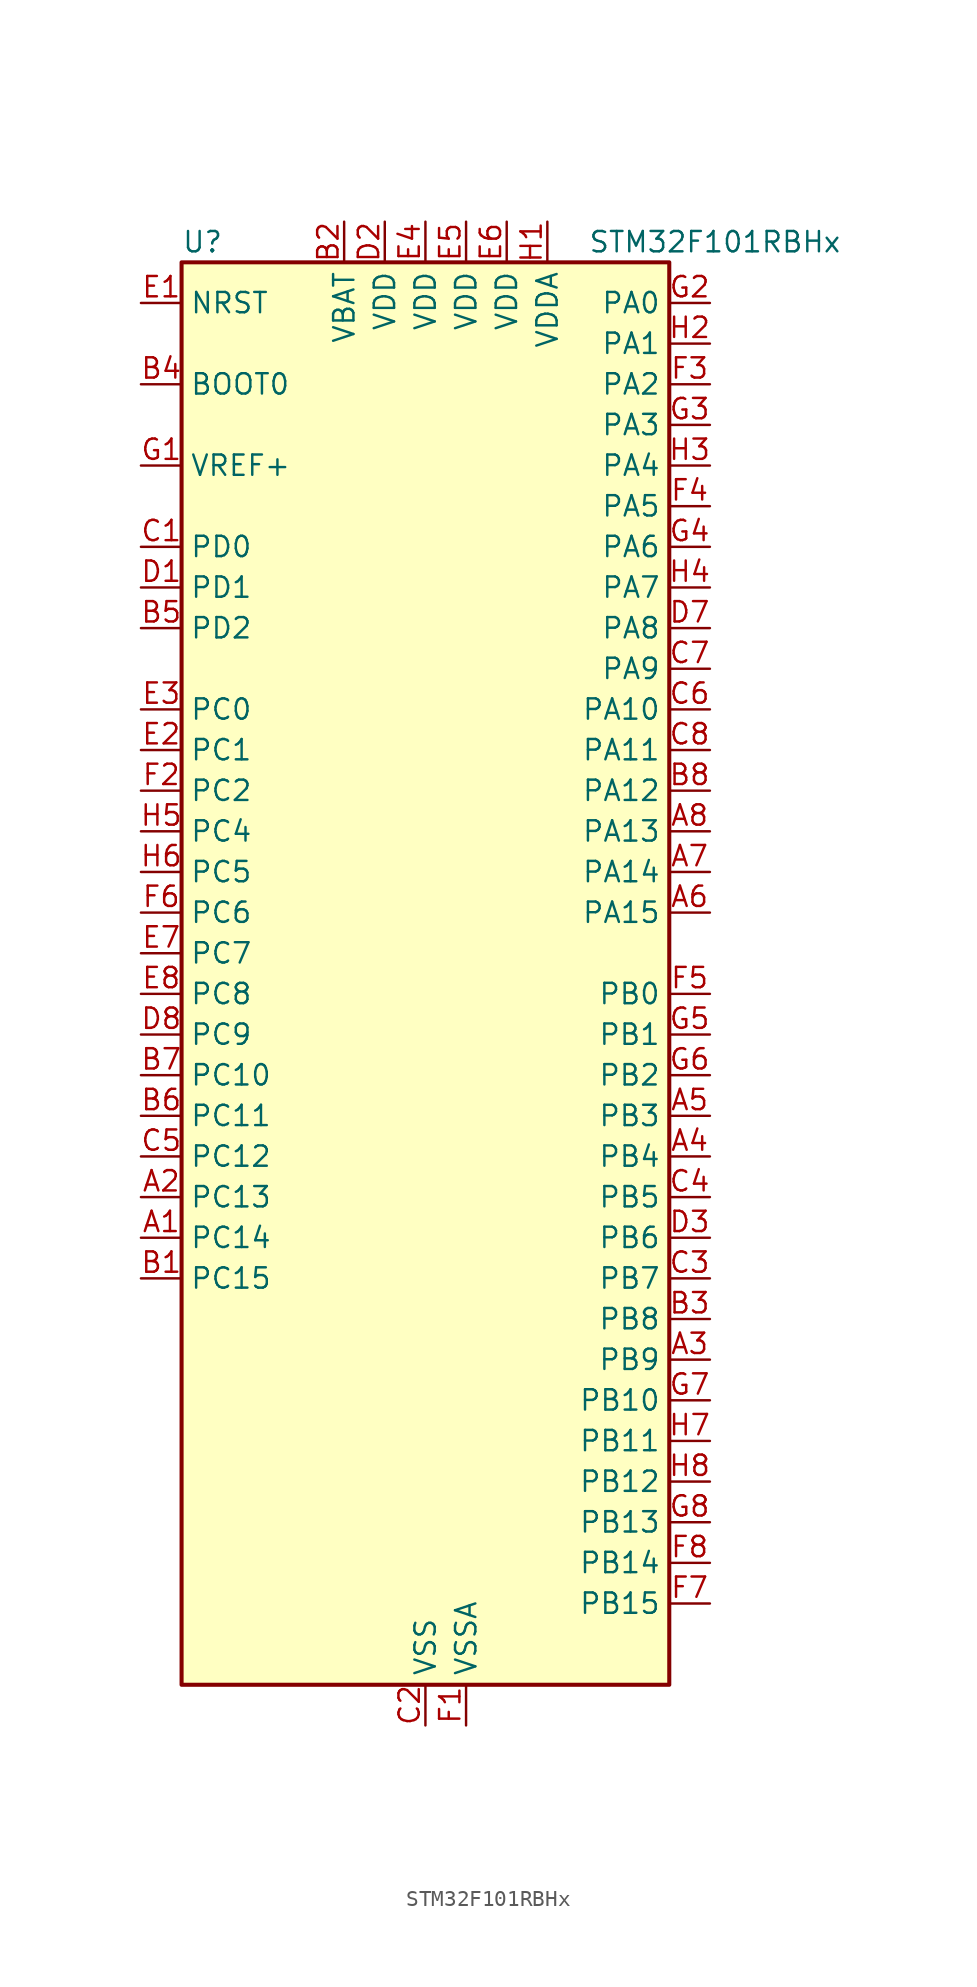
<source format=kicad_sym>
(kicad_symbol_lib
  (version 20220914)
  (generator kicad_symbol_editor)
  (symbol "STM32F101RBHx"
    (property "Reference" "U"
      (at -15.24 46.99 0)
      (effects (font (size 1.27 1.27)) (justify left)))
    (property "Value" "STM32F101RBHx"
      (at 10.16 46.99 0)
      (effects (font (size 1.27 1.27)) (justify left)))
    (property "ki_locked" ""
      (at 0 0 0)
      (effects (font (size 1.27 1.27))))
    (symbol "STM32F101RBHx_0_1"
      (rectangle (start -15.24 -43.18) (end 15.24 45.72) (stroke (width 0.254) (type default)) (fill (type background))))
    (symbol "STM32F101RBHx_1_1"
      (pin bidirectional line (at -17.78 -15.24 0) (length 2.54) (name "PC14" (effects (font (size 1.27 1.27)))) (number "A1" (effects (font (size 1.27 1.27)))) (alternate "RCC_OSC32_IN" bidirectional line))
      (pin bidirectional line (at -17.78 -12.7 0) (length 2.54) (name "PC13" (effects (font (size 1.27 1.27)))) (number "A2" (effects (font (size 1.27 1.27)))) (alternate "RTC_OUT" bidirectional line) (alternate "RTC_TAMPER" bidirectional line))
      (pin bidirectional line (at 17.78 -22.86 180) (length 2.54) (name "PB9" (effects (font (size 1.27 1.27)))) (number "A3" (effects (font (size 1.27 1.27)))) (alternate "I2C1_SDA" bidirectional line) (alternate "TIM4_CH4" bidirectional line))
      (pin bidirectional line (at 17.78 -10.16 180) (length 2.54) (name "PB4" (effects (font (size 1.27 1.27)))) (number "A4" (effects (font (size 1.27 1.27)))) (alternate "SPI1_MISO" bidirectional line) (alternate "SYS_NJTRST" bidirectional line) (alternate "TIM3_CH1" bidirectional line))
      (pin bidirectional line (at 17.78 -7.62 180) (length 2.54) (name "PB3" (effects (font (size 1.27 1.27)))) (number "A5" (effects (font (size 1.27 1.27)))) (alternate "SPI1_SCK" bidirectional line) (alternate "SYS_JTDO-TRACESWO" bidirectional line) (alternate "TIM2_CH2" bidirectional line))
      (pin bidirectional line (at 17.78 5.08 180) (length 2.54) (name "PA15" (effects (font (size 1.27 1.27)))) (number "A6" (effects (font (size 1.27 1.27)))) (alternate "ADC1_EXTI15" bidirectional line) (alternate "SPI1_NSS" bidirectional line) (alternate "SYS_JTDI" bidirectional line) (alternate "TIM2_CH1" bidirectional line) (alternate "TIM2_ETR" bidirectional line))
      (pin bidirectional line (at 17.78 7.62 180) (length 2.54) (name "PA14" (effects (font (size 1.27 1.27)))) (number "A7" (effects (font (size 1.27 1.27)))) (alternate "SYS_JTCK-SWCLK" bidirectional line))
      (pin bidirectional line (at 17.78 10.16 180) (length 2.54) (name "PA13" (effects (font (size 1.27 1.27)))) (number "A8" (effects (font (size 1.27 1.27)))) (alternate "SYS_JTMS-SWDIO" bidirectional line))
      (pin bidirectional line (at -17.78 -17.78 0) (length 2.54) (name "PC15" (effects (font (size 1.27 1.27)))) (number "B1" (effects (font (size 1.27 1.27)))) (alternate "ADC1_EXTI15" bidirectional line) (alternate "RCC_OSC32_OUT" bidirectional line))
      (pin power_in line (at -5.08 48.26 270) (length 2.54) (name "VBAT" (effects (font (size 1.27 1.27)))) (number "B2" (effects (font (size 1.27 1.27)))))
      (pin bidirectional line (at 17.78 -20.32 180) (length 2.54) (name "PB8" (effects (font (size 1.27 1.27)))) (number "B3" (effects (font (size 1.27 1.27)))) (alternate "I2C1_SCL" bidirectional line) (alternate "TIM4_CH3" bidirectional line))
      (pin input line (at -17.78 38.1 0) (length 2.54) (name "BOOT0" (effects (font (size 1.27 1.27)))) (number "B4" (effects (font (size 1.27 1.27)))))
      (pin bidirectional line (at -17.78 22.86 0) (length 2.54) (name "PD2" (effects (font (size 1.27 1.27)))) (number "B5" (effects (font (size 1.27 1.27)))) (alternate "TIM3_ETR" bidirectional line))
      (pin bidirectional line (at -17.78 -7.62 0) (length 2.54) (name "PC11" (effects (font (size 1.27 1.27)))) (number "B6" (effects (font (size 1.27 1.27)))) (alternate "ADC1_EXTI11" bidirectional line) (alternate "USART3_RX" bidirectional line))
      (pin bidirectional line (at -17.78 -5.08 0) (length 2.54) (name "PC10" (effects (font (size 1.27 1.27)))) (number "B7" (effects (font (size 1.27 1.27)))) (alternate "USART3_TX" bidirectional line))
      (pin bidirectional line (at 17.78 12.7 180) (length 2.54) (name "PA12" (effects (font (size 1.27 1.27)))) (number "B8" (effects (font (size 1.27 1.27)))) (alternate "USART1_RTS" bidirectional line))
      (pin bidirectional line (at -17.78 27.94 0) (length 2.54) (name "PD0" (effects (font (size 1.27 1.27)))) (number "C1" (effects (font (size 1.27 1.27)))) (alternate "RCC_OSC_IN" bidirectional line))
      (pin power_in line (at 0 -45.72 90) (length 2.54) (name "VSS" (effects (font (size 1.27 1.27)))) (number "C2" (effects (font (size 1.27 1.27)))))
      (pin bidirectional line (at 17.78 -17.78 180) (length 2.54) (name "PB7" (effects (font (size 1.27 1.27)))) (number "C3" (effects (font (size 1.27 1.27)))) (alternate "I2C1_SDA" bidirectional line) (alternate "TIM4_CH2" bidirectional line) (alternate "USART1_RX" bidirectional line))
      (pin bidirectional line (at 17.78 -12.7 180) (length 2.54) (name "PB5" (effects (font (size 1.27 1.27)))) (number "C4" (effects (font (size 1.27 1.27)))) (alternate "I2C1_SMBA" bidirectional line) (alternate "SPI1_MOSI" bidirectional line) (alternate "TIM3_CH2" bidirectional line))
      (pin bidirectional line (at -17.78 -10.16 0) (length 2.54) (name "PC12" (effects (font (size 1.27 1.27)))) (number "C5" (effects (font (size 1.27 1.27)))) (alternate "USART3_CK" bidirectional line))
      (pin bidirectional line (at 17.78 17.78 180) (length 2.54) (name "PA10" (effects (font (size 1.27 1.27)))) (number "C6" (effects (font (size 1.27 1.27)))) (alternate "USART1_RX" bidirectional line))
      (pin bidirectional line (at 17.78 20.32 180) (length 2.54) (name "PA9" (effects (font (size 1.27 1.27)))) (number "C7" (effects (font (size 1.27 1.27)))) (alternate "USART1_TX" bidirectional line))
      (pin bidirectional line (at 17.78 15.24 180) (length 2.54) (name "PA11" (effects (font (size 1.27 1.27)))) (number "C8" (effects (font (size 1.27 1.27)))) (alternate "ADC1_EXTI11" bidirectional line) (alternate "USART1_CTS" bidirectional line))
      (pin bidirectional line (at -17.78 25.4 0) (length 2.54) (name "PD1" (effects (font (size 1.27 1.27)))) (number "D1" (effects (font (size 1.27 1.27)))) (alternate "RCC_OSC_OUT" bidirectional line))
      (pin power_in line (at -2.54 48.26 270) (length 2.54) (name "VDD" (effects (font (size 1.27 1.27)))) (number "D2" (effects (font (size 1.27 1.27)))))
      (pin bidirectional line (at 17.78 -15.24 180) (length 2.54) (name "PB6" (effects (font (size 1.27 1.27)))) (number "D3" (effects (font (size 1.27 1.27)))) (alternate "I2C1_SCL" bidirectional line) (alternate "TIM4_CH1" bidirectional line) (alternate "USART1_TX" bidirectional line))
      (pin passive line (at 0 -45.72 90) (length 2.54) hide (name "VSS" (effects (font (size 1.27 1.27)))) (number "D4" (effects (font (size 1.27 1.27)))))
      (pin passive line (at 0 -45.72 90) (length 2.54) hide (name "VSS" (effects (font (size 1.27 1.27)))) (number "D5" (effects (font (size 1.27 1.27)))))
      (pin passive line (at 0 -45.72 90) (length 2.54) hide (name "VSS" (effects (font (size 1.27 1.27)))) (number "D6" (effects (font (size 1.27 1.27)))))
      (pin bidirectional line (at 17.78 22.86 180) (length 2.54) (name "PA8" (effects (font (size 1.27 1.27)))) (number "D7" (effects (font (size 1.27 1.27)))) (alternate "RCC_MCO" bidirectional line) (alternate "USART1_CK" bidirectional line))
      (pin bidirectional line (at -17.78 -2.54 0) (length 2.54) (name "PC9" (effects (font (size 1.27 1.27)))) (number "D8" (effects (font (size 1.27 1.27)))) (alternate "TIM3_CH4" bidirectional line))
      (pin input line (at -17.78 43.18 0) (length 2.54) (name "NRST" (effects (font (size 1.27 1.27)))) (number "E1" (effects (font (size 1.27 1.27)))))
      (pin bidirectional line (at -17.78 15.24 0) (length 2.54) (name "PC1" (effects (font (size 1.27 1.27)))) (number "E2" (effects (font (size 1.27 1.27)))) (alternate "ADC1_IN11" bidirectional line))
      (pin bidirectional line (at -17.78 17.78 0) (length 2.54) (name "PC0" (effects (font (size 1.27 1.27)))) (number "E3" (effects (font (size 1.27 1.27)))) (alternate "ADC1_IN10" bidirectional line))
      (pin power_in line (at 0 48.26 270) (length 2.54) (name "VDD" (effects (font (size 1.27 1.27)))) (number "E4" (effects (font (size 1.27 1.27)))))
      (pin power_in line (at 2.54 48.26 270) (length 2.54) (name "VDD" (effects (font (size 1.27 1.27)))) (number "E5" (effects (font (size 1.27 1.27)))))
      (pin power_in line (at 5.08 48.26 270) (length 2.54) (name "VDD" (effects (font (size 1.27 1.27)))) (number "E6" (effects (font (size 1.27 1.27)))))
      (pin bidirectional line (at -17.78 2.54 0) (length 2.54) (name "PC7" (effects (font (size 1.27 1.27)))) (number "E7" (effects (font (size 1.27 1.27)))) (alternate "TIM3_CH2" bidirectional line))
      (pin bidirectional line (at -17.78 0 0) (length 2.54) (name "PC8" (effects (font (size 1.27 1.27)))) (number "E8" (effects (font (size 1.27 1.27)))) (alternate "TIM3_CH3" bidirectional line))
      (pin power_in line (at 2.54 -45.72 90) (length 2.54) (name "VSSA" (effects (font (size 1.27 1.27)))) (number "F1" (effects (font (size 1.27 1.27)))))
      (pin bidirectional line (at -17.78 12.7 0) (length 2.54) (name "PC2" (effects (font (size 1.27 1.27)))) (number "F2" (effects (font (size 1.27 1.27)))) (alternate "ADC1_IN12" bidirectional line))
      (pin bidirectional line (at 17.78 38.1 180) (length 2.54) (name "PA2" (effects (font (size 1.27 1.27)))) (number "F3" (effects (font (size 1.27 1.27)))) (alternate "ADC1_IN2" bidirectional line) (alternate "TIM2_CH3" bidirectional line) (alternate "USART2_TX" bidirectional line))
      (pin bidirectional line (at 17.78 30.48 180) (length 2.54) (name "PA5" (effects (font (size 1.27 1.27)))) (number "F4" (effects (font (size 1.27 1.27)))) (alternate "ADC1_IN5" bidirectional line) (alternate "SPI1_SCK" bidirectional line))
      (pin bidirectional line (at 17.78 0 180) (length 2.54) (name "PB0" (effects (font (size 1.27 1.27)))) (number "F5" (effects (font (size 1.27 1.27)))) (alternate "ADC1_IN8" bidirectional line) (alternate "TIM3_CH3" bidirectional line))
      (pin bidirectional line (at -17.78 5.08 0) (length 2.54) (name "PC6" (effects (font (size 1.27 1.27)))) (number "F6" (effects (font (size 1.27 1.27)))) (alternate "TIM3_CH1" bidirectional line))
      (pin bidirectional line (at 17.78 -38.1 180) (length 2.54) (name "PB15" (effects (font (size 1.27 1.27)))) (number "F7" (effects (font (size 1.27 1.27)))) (alternate "ADC1_EXTI15" bidirectional line) (alternate "SPI2_MOSI" bidirectional line))
      (pin bidirectional line (at 17.78 -35.56 180) (length 2.54) (name "PB14" (effects (font (size 1.27 1.27)))) (number "F8" (effects (font (size 1.27 1.27)))) (alternate "SPI2_MISO" bidirectional line) (alternate "USART3_RTS" bidirectional line))
      (pin input line (at -17.78 33.02 0) (length 2.54) (name "VREF+" (effects (font (size 1.27 1.27)))) (number "G1" (effects (font (size 1.27 1.27)))))
      (pin bidirectional line (at 17.78 43.18 180) (length 2.54) (name "PA0" (effects (font (size 1.27 1.27)))) (number "G2" (effects (font (size 1.27 1.27)))) (alternate "ADC1_IN0" bidirectional line) (alternate "SYS_WKUP" bidirectional line) (alternate "TIM2_CH1" bidirectional line) (alternate "TIM2_ETR" bidirectional line) (alternate "USART2_CTS" bidirectional line))
      (pin bidirectional line (at 17.78 35.56 180) (length 2.54) (name "PA3" (effects (font (size 1.27 1.27)))) (number "G3" (effects (font (size 1.27 1.27)))) (alternate "ADC1_IN3" bidirectional line) (alternate "TIM2_CH4" bidirectional line) (alternate "USART2_RX" bidirectional line))
      (pin bidirectional line (at 17.78 27.94 180) (length 2.54) (name "PA6" (effects (font (size 1.27 1.27)))) (number "G4" (effects (font (size 1.27 1.27)))) (alternate "ADC1_IN6" bidirectional line) (alternate "SPI1_MISO" bidirectional line) (alternate "TIM3_CH1" bidirectional line))
      (pin bidirectional line (at 17.78 -2.54 180) (length 2.54) (name "PB1" (effects (font (size 1.27 1.27)))) (number "G5" (effects (font (size 1.27 1.27)))) (alternate "ADC1_IN9" bidirectional line) (alternate "TIM3_CH4" bidirectional line))
      (pin bidirectional line (at 17.78 -5.08 180) (length 2.54) (name "PB2" (effects (font (size 1.27 1.27)))) (number "G6" (effects (font (size 1.27 1.27)))))
      (pin bidirectional line (at 17.78 -25.4 180) (length 2.54) (name "PB10" (effects (font (size 1.27 1.27)))) (number "G7" (effects (font (size 1.27 1.27)))) (alternate "I2C2_SCL" bidirectional line) (alternate "TIM2_CH3" bidirectional line) (alternate "USART3_TX" bidirectional line))
      (pin bidirectional line (at 17.78 -33.02 180) (length 2.54) (name "PB13" (effects (font (size 1.27 1.27)))) (number "G8" (effects (font (size 1.27 1.27)))) (alternate "SPI2_SCK" bidirectional line) (alternate "USART3_CTS" bidirectional line))
      (pin power_in line (at 7.62 48.26 270) (length 2.54) (name "VDDA" (effects (font (size 1.27 1.27)))) (number "H1" (effects (font (size 1.27 1.27)))))
      (pin bidirectional line (at 17.78 40.64 180) (length 2.54) (name "PA1" (effects (font (size 1.27 1.27)))) (number "H2" (effects (font (size 1.27 1.27)))) (alternate "ADC1_IN1" bidirectional line) (alternate "TIM2_CH2" bidirectional line) (alternate "USART2_RTS" bidirectional line))
      (pin bidirectional line (at 17.78 33.02 180) (length 2.54) (name "PA4" (effects (font (size 1.27 1.27)))) (number "H3" (effects (font (size 1.27 1.27)))) (alternate "ADC1_IN4" bidirectional line) (alternate "SPI1_NSS" bidirectional line) (alternate "USART2_CK" bidirectional line))
      (pin bidirectional line (at 17.78 25.4 180) (length 2.54) (name "PA7" (effects (font (size 1.27 1.27)))) (number "H4" (effects (font (size 1.27 1.27)))) (alternate "ADC1_IN7" bidirectional line) (alternate "SPI1_MOSI" bidirectional line) (alternate "TIM3_CH2" bidirectional line))
      (pin bidirectional line (at -17.78 10.16 0) (length 2.54) (name "PC4" (effects (font (size 1.27 1.27)))) (number "H5" (effects (font (size 1.27 1.27)))) (alternate "ADC1_IN14" bidirectional line))
      (pin bidirectional line (at -17.78 7.62 0) (length 2.54) (name "PC5" (effects (font (size 1.27 1.27)))) (number "H6" (effects (font (size 1.27 1.27)))) (alternate "ADC1_IN15" bidirectional line))
      (pin bidirectional line (at 17.78 -27.94 180) (length 2.54) (name "PB11" (effects (font (size 1.27 1.27)))) (number "H7" (effects (font (size 1.27 1.27)))) (alternate "ADC1_EXTI11" bidirectional line) (alternate "I2C2_SDA" bidirectional line) (alternate "TIM2_CH4" bidirectional line) (alternate "USART3_RX" bidirectional line))
      (pin bidirectional line (at 17.78 -30.48 180) (length 2.54) (name "PB12" (effects (font (size 1.27 1.27)))) (number "H8" (effects (font (size 1.27 1.27)))) (alternate "I2C2_SMBA" bidirectional line) (alternate "SPI2_NSS" bidirectional line) (alternate "USART3_CK" bidirectional line)))))
</source>
